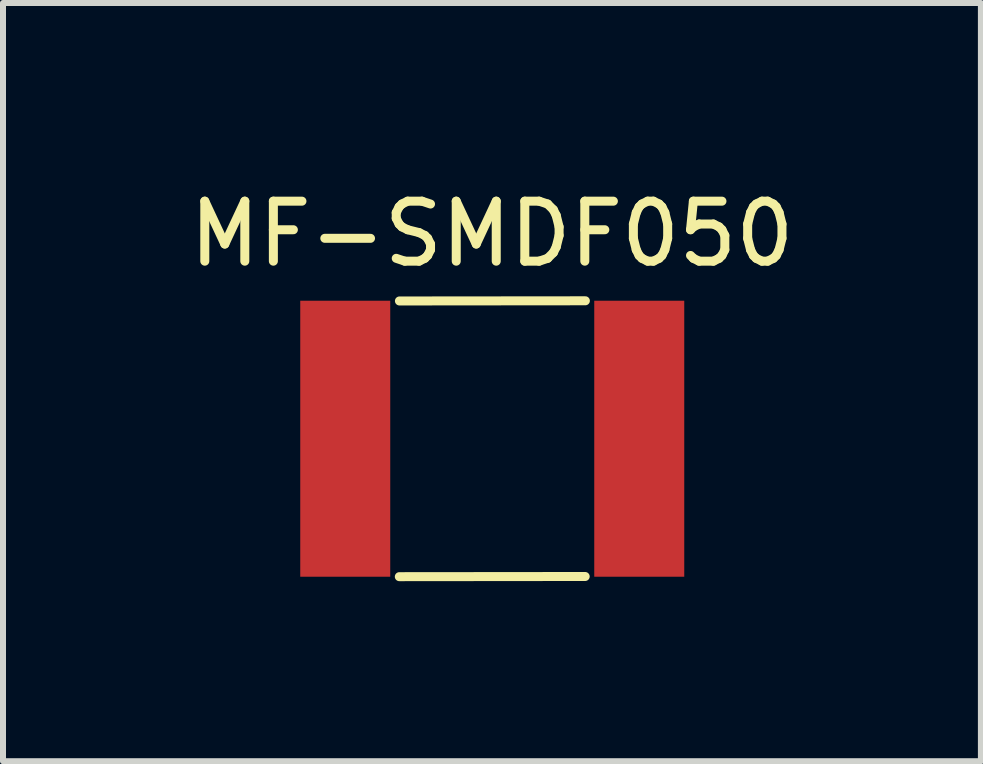
<source format=kicad_pcb>
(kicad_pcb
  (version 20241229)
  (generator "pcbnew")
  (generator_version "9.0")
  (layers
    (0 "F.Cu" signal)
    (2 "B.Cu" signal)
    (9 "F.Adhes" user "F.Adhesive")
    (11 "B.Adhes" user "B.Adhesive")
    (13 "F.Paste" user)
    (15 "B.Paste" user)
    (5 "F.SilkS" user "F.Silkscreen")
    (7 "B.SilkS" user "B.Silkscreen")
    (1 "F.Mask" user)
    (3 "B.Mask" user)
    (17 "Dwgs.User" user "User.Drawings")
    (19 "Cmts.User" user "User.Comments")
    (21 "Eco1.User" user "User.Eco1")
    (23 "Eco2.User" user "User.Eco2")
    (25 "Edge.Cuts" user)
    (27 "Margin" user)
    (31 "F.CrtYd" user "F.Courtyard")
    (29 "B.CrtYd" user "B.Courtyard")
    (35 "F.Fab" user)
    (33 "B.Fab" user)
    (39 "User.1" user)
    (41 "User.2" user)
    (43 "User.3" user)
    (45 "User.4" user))
  (footprint "MF-SMDF050"
    (layer "F.Cu")
    (at 5.154 4.262)
    (property "Reference" "MF-SMDF050" (at -0.005 -3.414 0) (layer "F.SilkS") (effects (font (size 1 1) (thickness 0.15))))
    (attr through_hole)
    (fp_line (start -1.549 2.299) (end 1.549 2.296) (stroke (width 0.15) (type solid)) (layer "F.SilkS"))
    (fp_line (start -1.547 -2.296) (end 1.552 -2.299) (stroke (width 0.15) (type solid)) (layer "F.SilkS"))
    (pad "1" smd rect (at -2.45 0) (size 1.5 4.6) (layers "F.Cu" "F.Mask" "F.Paste"))
    (pad "2" smd rect (at 2.45 0) (size 1.5 4.6) (layers "F.Cu" "F.Mask" "F.Paste")))
  (gr_rect
    (start -3 -3)
    (end 13.298 9.636)
    (stroke (width 0.1) (type default))
    (fill no)
    (layer "Edge.Cuts")))
</source>
